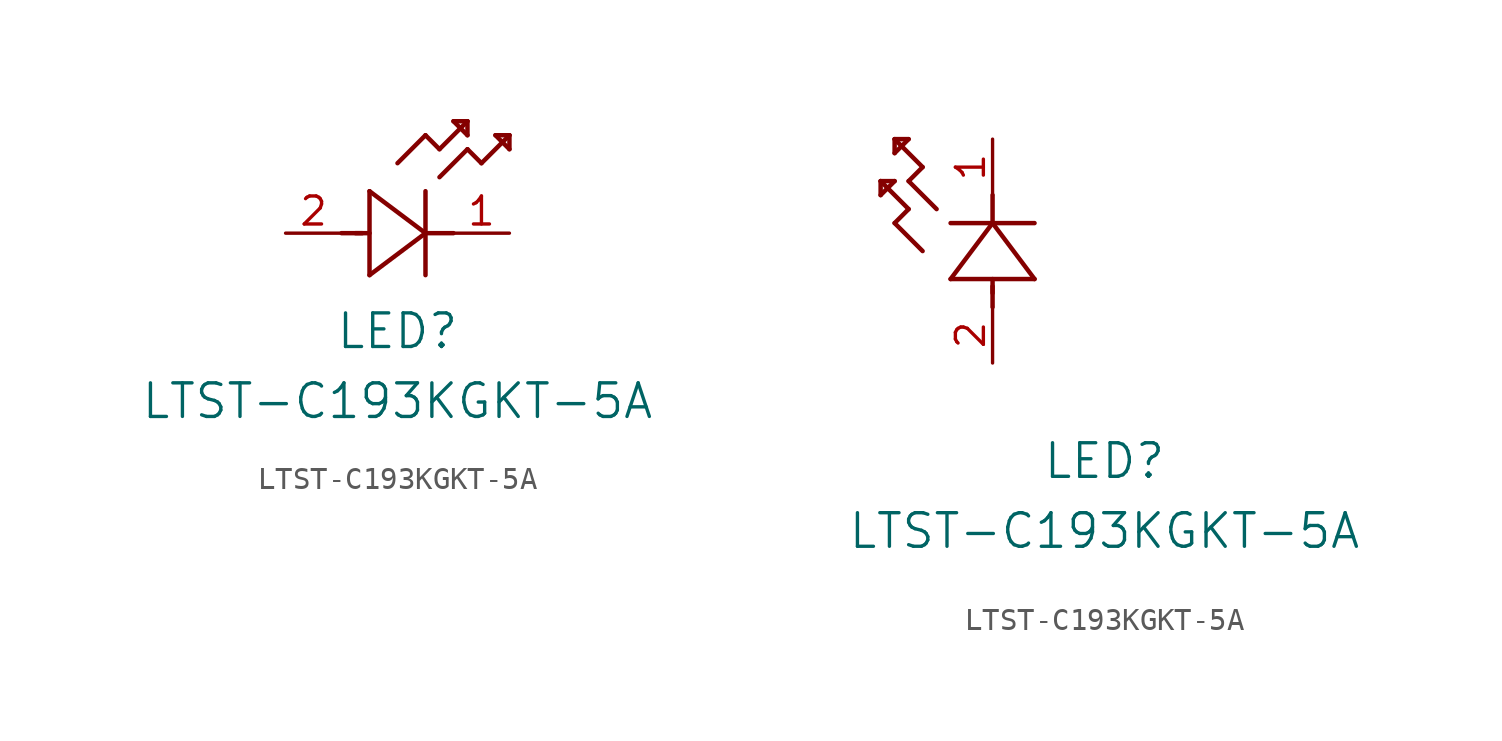
<source format=kicad_sym>
(kicad_symbol_lib
  (version 20211014)
  (generator kicad_symbol_editor)
  (symbol "LTST-C193KGKT-5A"
    (pin_names
      (offset 0.254))
    (property "Reference" "LED"
      (at 5.08 -4.445 0)
      (effects (font (size 1.524 1.524))))
    (property "Value" "LTST-C193KGKT-5A"
      (at 5.08 -7.62 0)
      (effects (font (size 1.524 1.524))))
    (symbol "LTST-C193KGKT-5A_1_1"
      (polyline (pts (xy 2.54 0) (xy 3.48 0)) (stroke (width 0.203) (type default) (color 0 0 0 0)) (fill (type none)))
      (polyline (pts (xy 3.81 1.905) (xy 3.81 -1.905)) (stroke (width 0.203) (type default) (color 0 0 0 0)) (fill (type none)))
      (polyline (pts (xy 3.175 0) (xy 3.81 0)) (stroke (width 0.203) (type default) (color 0 0 0 0)) (fill (type none)))
      (polyline (pts (xy 6.35 -1.905) (xy 6.35 1.905)) (stroke (width 0.203) (type default) (color 0 0 0 0)) (fill (type none)))
      (polyline (pts (xy 6.35 0) (xy 7.62 0)) (stroke (width 0.203) (type default) (color 0 0 0 0)) (fill (type none)))
      (polyline (pts (xy 6.35 4.445) (xy 6.985 3.81)) (stroke (width 0.203) (type default) (color 0 0 0 0)) (fill (type none)))
      (polyline (pts (xy 6.985 3.81) (xy 8.255 5.08)) (stroke (width 0.203) (type default) (color 0 0 0 0)) (fill (type none)))
      (polyline (pts (xy 8.255 3.81) (xy 8.89 3.175)) (stroke (width 0.203) (type default) (color 0 0 0 0)) (fill (type none)))
      (polyline (pts (xy 8.89 3.175) (xy 10.16 4.445)) (stroke (width 0.203) (type default) (color 0 0 0 0)) (fill (type none)))
      (polyline (pts (xy 8.255 5.08) (xy 7.62 5.08)) (stroke (width 0.203) (type default) (color 0 0 0 0)) (fill (type none)))
      (polyline (pts (xy 7.62 5.08) (xy 8.255 4.445)) (stroke (width 0.203) (type default) (color 0 0 0 0)) (fill (type none)))
      (polyline (pts (xy 8.255 4.445) (xy 8.255 5.08)) (stroke (width 0.203) (type default) (color 0 0 0 0)) (fill (type none)))
      (polyline (pts (xy 10.16 4.445) (xy 9.525 4.445)) (stroke (width 0.203) (type default) (color 0 0 0 0)) (fill (type none)))
      (polyline (pts (xy 9.525 4.445) (xy 10.16 3.81)) (stroke (width 0.203) (type default) (color 0 0 0 0)) (fill (type none)))
      (polyline (pts (xy 10.16 3.81) (xy 10.16 4.445)) (stroke (width 0.203) (type default) (color 0 0 0 0)) (fill (type none)))
      (polyline (pts (xy 6.985 2.54) (xy 8.255 3.81)) (stroke (width 0.203) (type default) (color 0 0 0 0)) (fill (type none)))
      (polyline (pts (xy 6.35 0) (xy 3.81 1.905)) (stroke (width 0.203) (type default) (color 0 0 0 0)) (fill (type none)))
      (polyline (pts (xy 3.81 -1.905) (xy 6.35 0)) (stroke (width 0.203) (type default) (color 0 0 0 0)) (fill (type none)))
      (polyline (pts (xy 5.08 3.175) (xy 6.35 4.445)) (stroke (width 0.203) (type default) (color 0 0 0 0)) (fill (type none)))
      (pin unspecified line (at 10.16 0 180) (length 2.54) (name "" (effects (font (size 1.27 1.27)))) (number "1" (effects (font (size 1.27 1.27)))))
      (pin unspecified line (at 0 0 0) (length 2.54) (name "" (effects (font (size 1.27 1.27)))) (number "2" (effects (font (size 1.27 1.27))))))
    (symbol "LTST-C193KGKT-5A_1_2"
      (polyline (pts (xy 0 2.54) (xy 0 3.48)) (stroke (width 0.203) (type default) (color 0 0 0 0)) (fill (type none)))
      (polyline (pts (xy -1.905 3.81) (xy 1.905 3.81)) (stroke (width 0.203) (type default) (color 0 0 0 0)) (fill (type none)))
      (polyline (pts (xy 0 3.175) (xy 0 3.81)) (stroke (width 0.203) (type default) (color 0 0 0 0)) (fill (type none)))
      (polyline (pts (xy 1.905 6.35) (xy -1.905 6.35)) (stroke (width 0.203) (type default) (color 0 0 0 0)) (fill (type none)))
      (polyline (pts (xy 0 6.35) (xy 0 7.62)) (stroke (width 0.203) (type default) (color 0 0 0 0)) (fill (type none)))
      (polyline (pts (xy 0 6.35) (xy -1.905 3.81)) (stroke (width 0.203) (type default) (color 0 0 0 0)) (fill (type none)))
      (polyline (pts (xy 1.905 3.81) (xy 0 6.35)) (stroke (width 0.203) (type default) (color 0 0 0 0)) (fill (type none)))
      (polyline (pts (xy -4.445 6.35) (xy -3.81 6.985)) (stroke (width 0.203) (type default) (color 0 0 0 0)) (fill (type none)))
      (polyline (pts (xy -2.54 6.985) (xy -3.81 8.255)) (stroke (width 0.203) (type default) (color 0 0 0 0)) (fill (type none)))
      (polyline (pts (xy -3.175 5.08) (xy -4.445 6.35)) (stroke (width 0.203) (type default) (color 0 0 0 0)) (fill (type none)))
      (polyline (pts (xy -4.445 10.16) (xy -4.445 9.525)) (stroke (width 0.203) (type default) (color 0 0 0 0)) (fill (type none)))
      (polyline (pts (xy -4.445 9.525) (xy -3.81 10.16)) (stroke (width 0.203) (type default) (color 0 0 0 0)) (fill (type none)))
      (polyline (pts (xy -3.81 10.16) (xy -4.445 10.16)) (stroke (width 0.203) (type default) (color 0 0 0 0)) (fill (type none)))
      (polyline (pts (xy -3.81 8.255) (xy -3.175 8.89)) (stroke (width 0.203) (type default) (color 0 0 0 0)) (fill (type none)))
      (polyline (pts (xy -3.175 8.89) (xy -4.445 10.16)) (stroke (width 0.203) (type default) (color 0 0 0 0)) (fill (type none)))
      (polyline (pts (xy -3.81 6.985) (xy -5.08 8.255)) (stroke (width 0.203) (type default) (color 0 0 0 0)) (fill (type none)))
      (polyline (pts (xy -5.08 8.255) (xy -5.08 7.62)) (stroke (width 0.203) (type default) (color 0 0 0 0)) (fill (type none)))
      (polyline (pts (xy -5.08 7.62) (xy -4.445 8.255)) (stroke (width 0.203) (type default) (color 0 0 0 0)) (fill (type none)))
      (polyline (pts (xy -4.445 8.255) (xy -5.08 8.255)) (stroke (width 0.203) (type default) (color 0 0 0 0)) (fill (type none)))
      (pin unspecified line (at 0 10.16 270) (length 2.54) (name "" (effects (font (size 1.27 1.27)))) (number "1" (effects (font (size 1.27 1.27)))))
      (pin unspecified line (at 0 0 90) (length 2.54) (name "" (effects (font (size 1.27 1.27)))) (number "2" (effects (font (size 1.27 1.27))))))))
</source>
